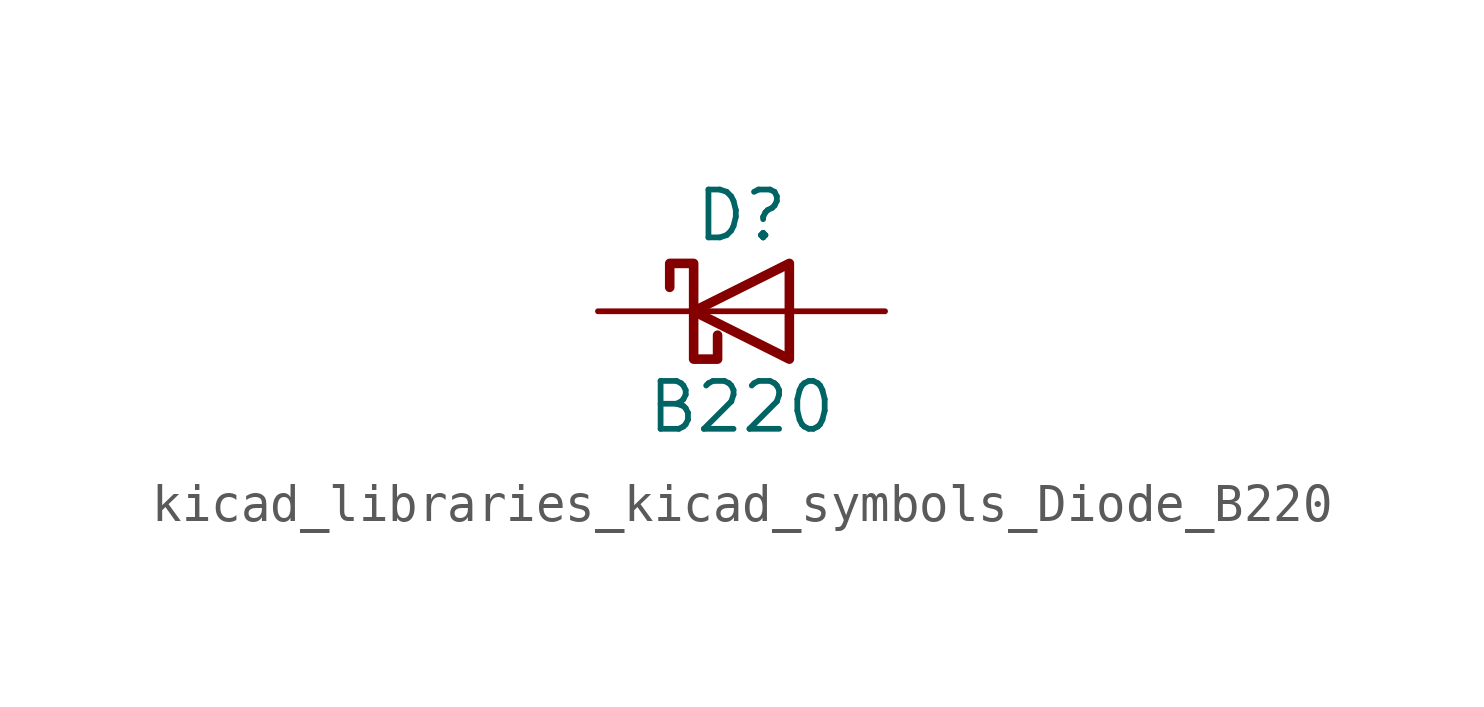
<source format=kicad_sym>
(kicad_symbol_lib
  (version 20220914)
  (generator kicad_symbol_editor)
  (symbol "kicad_libraries_kicad_symbols_Diode_B220"
    (pin_numbers hide)
    (pin_names
      (offset 1.016) hide)
    (property "Reference" "D"
      (at 0 2.54 0)
      (effects (font (size 1.27 1.27))))
    (property "Value" "B220"
      (at 0 -2.54 0)
      (effects (font (size 1.27 1.27))))
    (symbol "kicad_libraries_kicad_symbols_Diode_B220_0_1"
      (polyline (pts (xy 1.27 0) (xy -1.27 0)) (stroke (width 0) (type default)) (fill (type none)))
      (polyline (pts (xy 1.27 1.27) (xy 1.27 -1.27) (xy -1.27 0) (xy 1.27 1.27)) (stroke (width 0.254) (type default)) (fill (type none)))
      (polyline (pts (xy -1.905 0.635) (xy -1.905 1.27) (xy -1.27 1.27) (xy -1.27 -1.27) (xy -0.635 -1.27) (xy -0.635 -0.635)) (stroke (width 0.254) (type default)) (fill (type none))))
    (symbol "kicad_libraries_kicad_symbols_Diode_B220_1_1"
      (pin passive line (at -3.81 0 0) (length 2.54) (name "K" (effects (font (size 1.27 1.27)))) (number "1" (effects (font (size 1.27 1.27)))))
      (pin passive line (at 3.81 0 180) (length 2.54) (name "A" (effects (font (size 1.27 1.27)))) (number "2" (effects (font (size 1.27 1.27))))))))
</source>
